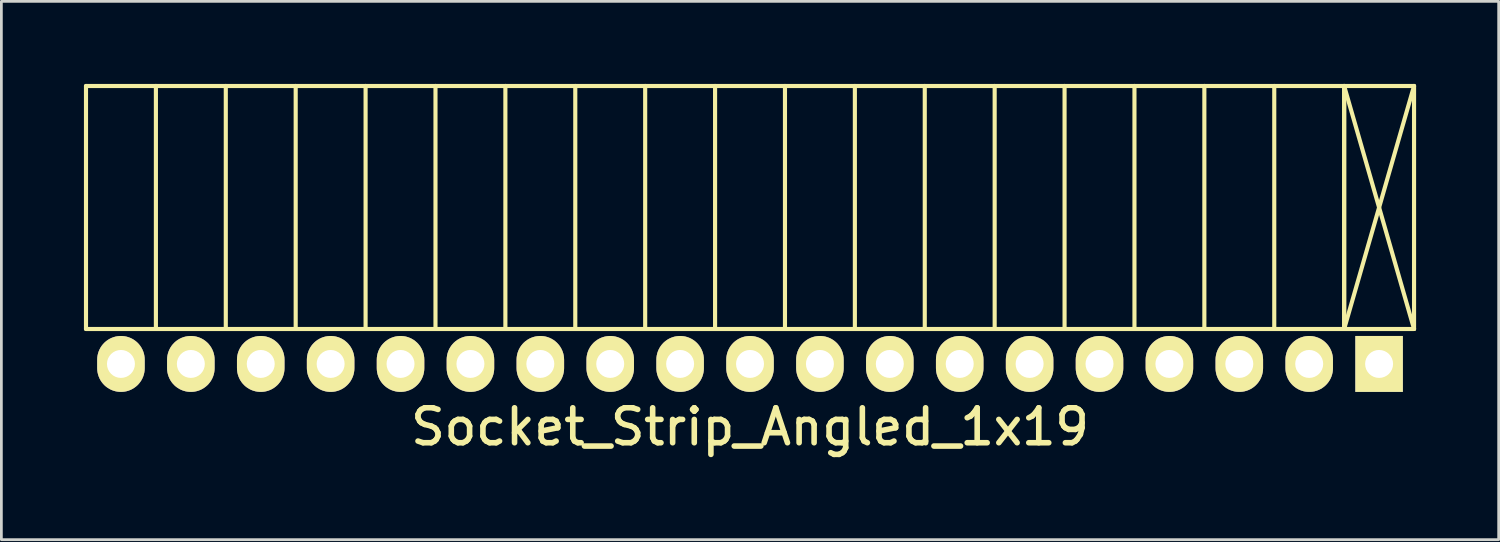
<source format=kicad_pcb>
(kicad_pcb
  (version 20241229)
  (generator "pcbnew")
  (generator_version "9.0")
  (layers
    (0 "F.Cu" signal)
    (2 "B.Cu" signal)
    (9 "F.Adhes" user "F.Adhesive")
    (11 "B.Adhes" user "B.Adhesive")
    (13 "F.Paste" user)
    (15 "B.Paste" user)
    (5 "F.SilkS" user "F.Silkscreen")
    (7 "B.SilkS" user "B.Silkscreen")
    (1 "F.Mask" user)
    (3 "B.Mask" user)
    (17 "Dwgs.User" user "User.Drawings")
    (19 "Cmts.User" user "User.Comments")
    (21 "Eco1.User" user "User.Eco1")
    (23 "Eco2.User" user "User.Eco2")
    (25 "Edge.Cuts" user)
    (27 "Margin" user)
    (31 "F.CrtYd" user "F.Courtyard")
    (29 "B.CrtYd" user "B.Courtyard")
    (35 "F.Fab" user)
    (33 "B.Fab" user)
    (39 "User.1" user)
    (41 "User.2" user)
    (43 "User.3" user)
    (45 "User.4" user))
  (footprint "Socket_Strip_Angled_1x19"
    (layer "F.Cu")
    (at 24.205 10.175)
    (property "Reference" "Socket_Strip_Angled_1x19" (at 0 2.286 0) (layer "F.SilkS") (effects (font (size 1.27 1.27) (thickness 0.203))))
    (attr through_hole)
    (fp_line (start -24.13 -10.1) (end -24.13 -1.27) (stroke (width 0.15) (type solid)) (layer "F.SilkS"))
    (fp_line (start -21.59 -10.1) (end -24.13 -10.1) (stroke (width 0.15) (type solid)) (layer "F.SilkS"))
    (fp_line (start -21.59 -10.1) (end -21.59 -1.27) (stroke (width 0.15) (type solid)) (layer "F.SilkS"))
    (fp_line (start -21.59 -1.27) (end -24.13 -1.27) (stroke (width 0.15) (type solid)) (layer "F.SilkS"))
    (fp_line (start -19.05 -10.1) (end -21.59 -10.1) (stroke (width 0.15) (type solid)) (layer "F.SilkS"))
    (fp_line (start -19.05 -10.1) (end -19.05 -1.27) (stroke (width 0.15) (type solid)) (layer "F.SilkS"))
    (fp_line (start -19.05 -1.27) (end -21.59 -1.27) (stroke (width 0.15) (type solid)) (layer "F.SilkS"))
    (fp_line (start -16.51 -10.1) (end -19.05 -10.1) (stroke (width 0.15) (type solid)) (layer "F.SilkS"))
    (fp_line (start -16.51 -10.1) (end -16.51 -1.27) (stroke (width 0.15) (type solid)) (layer "F.SilkS"))
    (fp_line (start -16.51 -1.27) (end -19.05 -1.27) (stroke (width 0.15) (type solid)) (layer "F.SilkS"))
    (fp_line (start -13.97 -10.1) (end -16.51 -10.1) (stroke (width 0.15) (type solid)) (layer "F.SilkS"))
    (fp_line (start -13.97 -10.1) (end -13.97 -1.27) (stroke (width 0.15) (type solid)) (layer "F.SilkS"))
    (fp_line (start -13.97 -1.27) (end -16.51 -1.27) (stroke (width 0.15) (type solid)) (layer "F.SilkS"))
    (fp_line (start -11.43 -10.1) (end -13.97 -10.1) (stroke (width 0.15) (type solid)) (layer "F.SilkS"))
    (fp_line (start -11.43 -10.1) (end -11.43 -1.27) (stroke (width 0.15) (type solid)) (layer "F.SilkS"))
    (fp_line (start -11.43 -1.27) (end -13.97 -1.27) (stroke (width 0.15) (type solid)) (layer "F.SilkS"))
    (fp_line (start -8.89 -10.1) (end -11.43 -10.1) (stroke (width 0.15) (type solid)) (layer "F.SilkS"))
    (fp_line (start -8.89 -10.1) (end -8.89 -1.27) (stroke (width 0.15) (type solid)) (layer "F.SilkS"))
    (fp_line (start -8.89 -1.27) (end -11.43 -1.27) (stroke (width 0.15) (type solid)) (layer "F.SilkS"))
    (fp_line (start -6.35 -10.1) (end -8.89 -10.1) (stroke (width 0.15) (type solid)) (layer "F.SilkS"))
    (fp_line (start -6.35 -10.1) (end -6.35 -1.27) (stroke (width 0.15) (type solid)) (layer "F.SilkS"))
    (fp_line (start -6.35 -1.27) (end -8.89 -1.27) (stroke (width 0.15) (type solid)) (layer "F.SilkS"))
    (fp_line (start -3.81 -10.1) (end -6.35 -10.1) (stroke (width 0.15) (type solid)) (layer "F.SilkS"))
    (fp_line (start -3.81 -10.1) (end -3.81 -1.27) (stroke (width 0.15) (type solid)) (layer "F.SilkS"))
    (fp_line (start -3.81 -1.27) (end -6.35 -1.27) (stroke (width 0.15) (type solid)) (layer "F.SilkS"))
    (fp_line (start -1.27 -10.1) (end -3.81 -10.1) (stroke (width 0.15) (type solid)) (layer "F.SilkS"))
    (fp_line (start -1.27 -10.1) (end -1.27 -1.27) (stroke (width 0.15) (type solid)) (layer "F.SilkS"))
    (fp_line (start -1.27 -1.27) (end -3.81 -1.27) (stroke (width 0.15) (type solid)) (layer "F.SilkS"))
    (fp_line (start 1.27 -10.1) (end -1.27 -10.1) (stroke (width 0.15) (type solid)) (layer "F.SilkS"))
    (fp_line (start 1.27 -10.1) (end 1.27 -1.27) (stroke (width 0.15) (type solid)) (layer "F.SilkS"))
    (fp_line (start 1.27 -1.27) (end -1.27 -1.27) (stroke (width 0.15) (type solid)) (layer "F.SilkS"))
    (fp_line (start 3.81 -10.1) (end 1.27 -10.1) (stroke (width 0.15) (type solid)) (layer "F.SilkS"))
    (fp_line (start 3.81 -10.1) (end 3.81 -1.27) (stroke (width 0.15) (type solid)) (layer "F.SilkS"))
    (fp_line (start 3.81 -1.27) (end 1.27 -1.27) (stroke (width 0.15) (type solid)) (layer "F.SilkS"))
    (fp_line (start 6.35 -10.1) (end 3.81 -10.1) (stroke (width 0.15) (type solid)) (layer "F.SilkS"))
    (fp_line (start 6.35 -10.1) (end 6.35 -1.27) (stroke (width 0.15) (type solid)) (layer "F.SilkS"))
    (fp_line (start 6.35 -1.27) (end 3.81 -1.27) (stroke (width 0.15) (type solid)) (layer "F.SilkS"))
    (fp_line (start 8.89 -10.1) (end 6.35 -10.1) (stroke (width 0.15) (type solid)) (layer "F.SilkS"))
    (fp_line (start 8.89 -10.1) (end 8.89 -1.27) (stroke (width 0.15) (type solid)) (layer "F.SilkS"))
    (fp_line (start 8.89 -1.27) (end 6.35 -1.27) (stroke (width 0.15) (type solid)) (layer "F.SilkS"))
    (fp_line (start 11.43 -10.1) (end 8.89 -10.1) (stroke (width 0.15) (type solid)) (layer "F.SilkS"))
    (fp_line (start 11.43 -10.1) (end 11.43 -1.27) (stroke (width 0.15) (type solid)) (layer "F.SilkS"))
    (fp_line (start 11.43 -1.27) (end 8.89 -1.27) (stroke (width 0.15) (type solid)) (layer "F.SilkS"))
    (fp_line (start 13.97 -10.1) (end 11.43 -10.1) (stroke (width 0.15) (type solid)) (layer "F.SilkS"))
    (fp_line (start 13.97 -10.1) (end 13.97 -1.27) (stroke (width 0.15) (type solid)) (layer "F.SilkS"))
    (fp_line (start 13.97 -1.27) (end 11.43 -1.27) (stroke (width 0.15) (type solid)) (layer "F.SilkS"))
    (fp_line (start 16.51 -10.1) (end 13.97 -10.1) (stroke (width 0.15) (type solid)) (layer "F.SilkS"))
    (fp_line (start 16.51 -10.1) (end 16.51 -1.27) (stroke (width 0.15) (type solid)) (layer "F.SilkS"))
    (fp_line (start 16.51 -1.27) (end 13.97 -1.27) (stroke (width 0.15) (type solid)) (layer "F.SilkS"))
    (fp_line (start 19.05 -10.1) (end 16.51 -10.1) (stroke (width 0.15) (type solid)) (layer "F.SilkS"))
    (fp_line (start 19.05 -10.1) (end 19.05 -1.27) (stroke (width 0.15) (type solid)) (layer "F.SilkS"))
    (fp_line (start 19.05 -1.27) (end 16.51 -1.27) (stroke (width 0.15) (type solid)) (layer "F.SilkS"))
    (fp_line (start 21.59 -10.1) (end 19.05 -10.1) (stroke (width 0.15) (type solid)) (layer "F.SilkS"))
    (fp_line (start 21.59 -10.1) (end 21.59 -1.27) (stroke (width 0.15) (type solid)) (layer "F.SilkS"))
    (fp_line (start 21.59 -1.27) (end 19.05 -1.27) (stroke (width 0.15) (type solid)) (layer "F.SilkS"))
    (fp_line (start 21.59 -1.27) (end 21.59 -10.1) (stroke (width 0.15) (type solid)) (layer "F.SilkS"))
    (fp_line (start 24.13 -10.1) (end 21.59 -10.1) (stroke (width 0.15) (type solid)) (layer "F.SilkS"))
    (fp_line (start 24.13 -10.1) (end 21.59 -1.27) (stroke (width 0.15) (type solid)) (layer "F.SilkS"))
    (fp_line (start 24.13 -1.27) (end 21.59 -10.1) (stroke (width 0.15) (type solid)) (layer "F.SilkS"))
    (fp_line (start 24.13 -1.27) (end 21.59 -1.27) (stroke (width 0.15) (type solid)) (layer "F.SilkS"))
    (fp_line (start 24.13 -1.27) (end 24.13 -10.1) (stroke (width 0.15) (type solid)) (layer "F.SilkS"))
    (pad "1" thru_hole rect (at 22.86 0 180) (size 1.727 2.032) (drill 1.016) (layers "*.Cu" "*.Mask" "F.SilkS"))
    (pad "2" thru_hole oval (at 20.32 0 180) (size 1.727 2.032) (drill 1.016) (layers "*.Cu" "*.Mask" "F.SilkS"))
    (pad "3" thru_hole oval (at 17.78 0 180) (size 1.727 2.032) (drill 1.016) (layers "*.Cu" "*.Mask" "F.SilkS"))
    (pad "4" thru_hole oval (at 15.24 0 180) (size 1.727 2.032) (drill 1.016) (layers "*.Cu" "*.Mask" "F.SilkS"))
    (pad "5" thru_hole oval (at 12.7 0 180) (size 1.727 2.032) (drill 1.016) (layers "*.Cu" "*.Mask" "F.SilkS"))
    (pad "6" thru_hole oval (at 10.16 0 180) (size 1.727 2.032) (drill 1.016) (layers "*.Cu" "*.Mask" "F.SilkS"))
    (pad "7" thru_hole oval (at 7.62 0 180) (size 1.727 2.032) (drill 1.016) (layers "*.Cu" "*.Mask" "F.SilkS"))
    (pad "8" thru_hole oval (at 5.08 0 180) (size 1.727 2.032) (drill 1.016) (layers "*.Cu" "*.Mask" "F.SilkS"))
    (pad "9" thru_hole oval (at 2.54 0 180) (size 1.727 2.032) (drill 1.016) (layers "*.Cu" "*.Mask" "F.SilkS"))
    (pad "10" thru_hole oval (at 0 0 180) (size 1.727 2.032) (drill 1.016) (layers "*.Cu" "*.Mask" "F.SilkS"))
    (pad "11" thru_hole oval (at -2.54 0 180) (size 1.727 2.032) (drill 1.016) (layers "*.Cu" "*.Mask" "F.SilkS"))
    (pad "12" thru_hole oval (at -5.08 0 180) (size 1.727 2.032) (drill 1.016) (layers "*.Cu" "*.Mask" "F.SilkS"))
    (pad "13" thru_hole oval (at -7.62 0 180) (size 1.727 2.032) (drill 1.016) (layers "*.Cu" "*.Mask" "F.SilkS"))
    (pad "14" thru_hole oval (at -10.16 0 180) (size 1.727 2.032) (drill 1.016) (layers "*.Cu" "*.Mask" "F.SilkS"))
    (pad "15" thru_hole oval (at -12.7 0 180) (size 1.727 2.032) (drill 1.016) (layers "*.Cu" "*.Mask" "F.SilkS"))
    (pad "16" thru_hole oval (at -15.24 0 180) (size 1.727 2.032) (drill 1.016) (layers "*.Cu" "*.Mask" "F.SilkS"))
    (pad "17" thru_hole oval (at -17.78 0 180) (size 1.727 2.032) (drill 1.016) (layers "*.Cu" "*.Mask" "F.SilkS"))
    (pad "18" thru_hole oval (at -20.32 0 180) (size 1.727 2.032) (drill 1.016) (layers "*.Cu" "*.Mask" "F.SilkS"))
    (pad "19" thru_hole oval (at -22.86 0 180) (size 1.727 2.032) (drill 1.016) (layers "*.Cu" "*.Mask" "F.SilkS")))
  (gr_rect
    (start -3 -3)
    (end 51.41 16.561)
    (stroke (width 0.1) (type default))
    (fill no)
    (layer "Edge.Cuts")))
</source>
